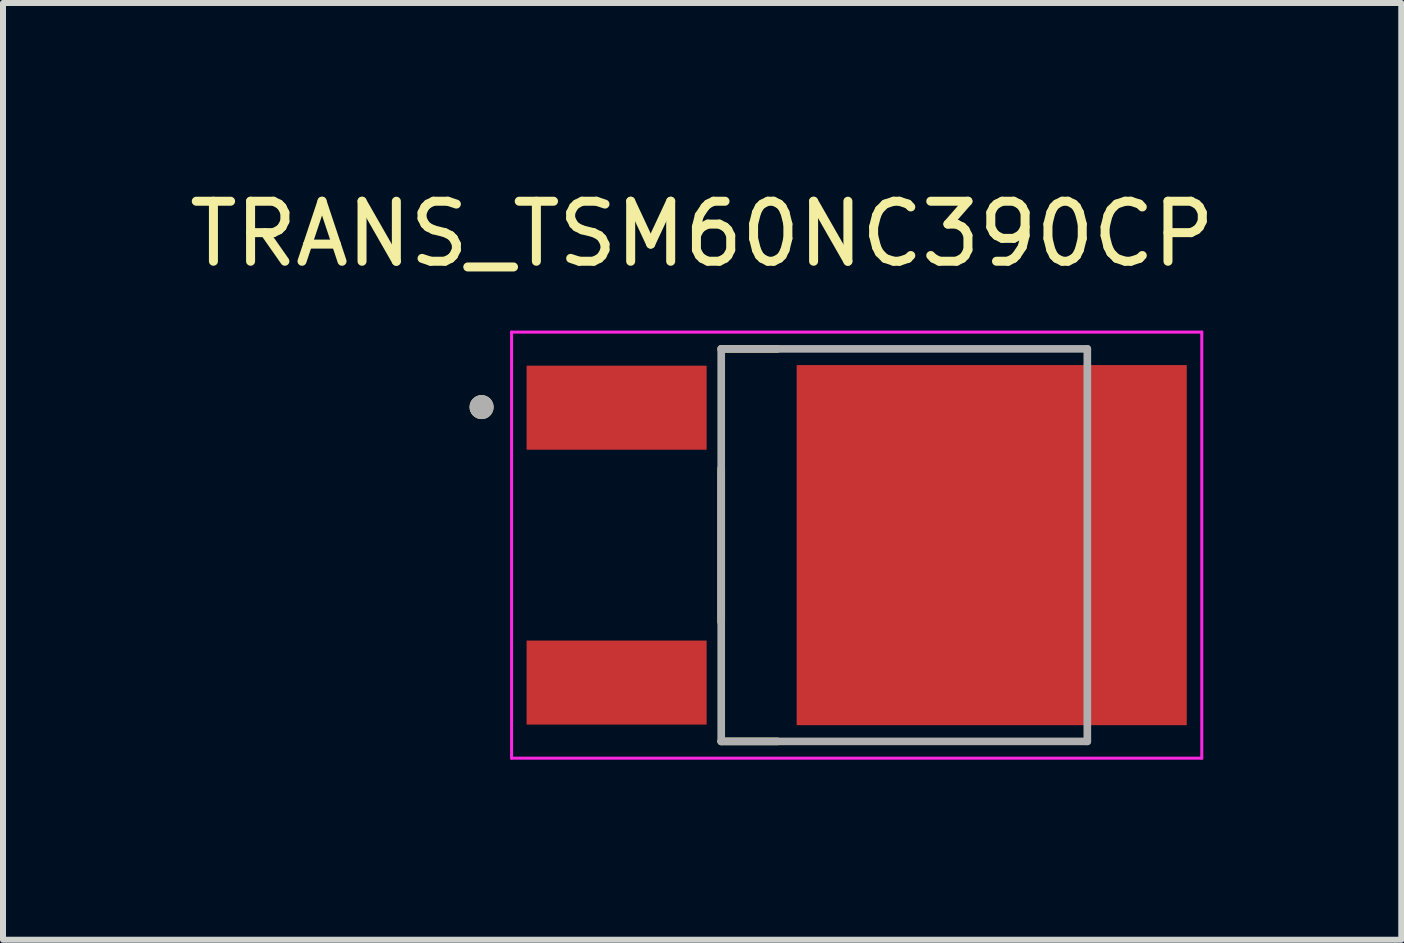
<source format=kicad_pcb>
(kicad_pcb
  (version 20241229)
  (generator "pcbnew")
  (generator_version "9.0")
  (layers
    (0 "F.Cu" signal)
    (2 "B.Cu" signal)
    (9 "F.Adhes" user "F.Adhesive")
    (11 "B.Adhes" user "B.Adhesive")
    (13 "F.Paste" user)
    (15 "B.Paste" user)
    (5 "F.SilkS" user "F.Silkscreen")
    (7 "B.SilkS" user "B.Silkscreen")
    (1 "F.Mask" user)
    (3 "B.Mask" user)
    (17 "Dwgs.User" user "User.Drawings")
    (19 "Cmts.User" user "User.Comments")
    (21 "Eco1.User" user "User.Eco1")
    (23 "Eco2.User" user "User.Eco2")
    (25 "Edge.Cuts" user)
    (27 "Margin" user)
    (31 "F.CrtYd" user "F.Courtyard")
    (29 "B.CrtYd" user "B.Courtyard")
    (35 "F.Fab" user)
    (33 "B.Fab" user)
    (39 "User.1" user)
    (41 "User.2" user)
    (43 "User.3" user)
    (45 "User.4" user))
  (footprint "TRANS_TSM60NC390CP"
    (layer "F.Cu")
    (at 11.224 6.033)
    (property "Reference" "TRANS_TSM60NC390CP" (at -2.575 -5.185 0) (layer "F.SilkS") (effects (font (size 1 1) (thickness 0.15))))
    (attr smd)
    (fp_line (start -2.257 -1.28) (end -2.257 1.28) (stroke (width 0.127) (type solid)) (layer "F.SilkS"))
    (fp_line (start -2.257 3.27) (end -1.32 3.27) (stroke (width 0.127) (type solid)) (layer "F.SilkS"))
    (fp_line (start -1.32 -3.27) (end -2.257 -3.27) (stroke (width 0.127) (type solid)) (layer "F.SilkS"))
    (fp_circle (center -6.25 -2.3) (end -6.15 -2.3) (stroke (width 0.2) (type solid)) (fill no) (layer "F.SilkS"))
    (fp_poly (pts (xy -0.61 -2.425) (xy 0.79 -2.425) (xy 0.79 -0.575) (xy -0.61 -0.575)) (stroke (width 0.01) (type solid)) (fill yes) (layer "F.Paste"))
    (fp_poly (pts (xy -0.61 0.575) (xy 0.79 0.575) (xy 0.79 2.425) (xy -0.61 2.425)) (stroke (width 0.01) (type solid)) (fill yes) (layer "F.Paste"))
    (fp_poly (pts (xy 1.55 -2.425) (xy 2.95 -2.425) (xy 2.95 -0.575) (xy 1.55 -0.575)) (stroke (width 0.01) (type solid)) (fill yes) (layer "F.Paste"))
    (fp_poly (pts (xy 1.55 0.575) (xy 2.95 0.575) (xy 2.95 2.425) (xy 1.55 2.425)) (stroke (width 0.01) (type solid)) (fill yes) (layer "F.Paste"))
    (fp_poly (pts (xy 3.71 -2.425) (xy 5.11 -2.425) (xy 5.11 -0.575) (xy 3.71 -0.575)) (stroke (width 0.01) (type solid)) (fill yes) (layer "F.Paste"))
    (fp_poly (pts (xy 3.71 0.575) (xy 5.11 0.575) (xy 5.11 2.425) (xy 3.71 2.425)) (stroke (width 0.01) (type solid)) (fill yes) (layer "F.Paste"))
    (fp_line (start -5.75 -3.55) (end -5.75 3.55) (stroke (width 0.05) (type solid)) (layer "F.CrtYd"))
    (fp_line (start -5.75 3.55) (end 5.75 3.55) (stroke (width 0.05) (type solid)) (layer "F.CrtYd"))
    (fp_line (start 5.75 -3.55) (end -5.75 -3.55) (stroke (width 0.05) (type solid)) (layer "F.CrtYd"))
    (fp_line (start 5.75 3.55) (end 5.75 -3.55) (stroke (width 0.05) (type solid)) (layer "F.CrtYd"))
    (fp_line (start -2.257 -3.27) (end -2.257 3.27) (stroke (width 0.127) (type solid)) (layer "F.Fab"))
    (fp_line (start -2.257 3.27) (end 3.843 3.27) (stroke (width 0.127) (type solid)) (layer "F.Fab"))
    (fp_line (start 3.843 -3.27) (end -2.257 -3.27) (stroke (width 0.127) (type solid)) (layer "F.Fab"))
    (fp_line (start 3.843 3.27) (end 3.843 -3.27) (stroke (width 0.127) (type solid)) (layer "F.Fab"))
    (fp_circle (center -6.25 -2.3) (end -6.15 -2.3) (stroke (width 0.2) (type solid)) (fill no) (layer "F.Fab"))
    (pad "1" smd rect (at -4 -2.29) (size 3 1.4) (layers "F.Cu" "F.Mask" "F.Paste"))
    (pad "2_4" smd rect (at 2.25 0) (size 6.5 6) (layers "F.Cu" "F.Mask"))
    (pad "3" smd rect (at -4 2.29) (size 3 1.4) (layers "F.Cu" "F.Mask" "F.Paste")))
  (gr_rect
    (start -3 -3)
    (end 20.298 12.608)
    (stroke (width 0.1) (type default))
    (fill no)
    (layer "Edge.Cuts")))
</source>
